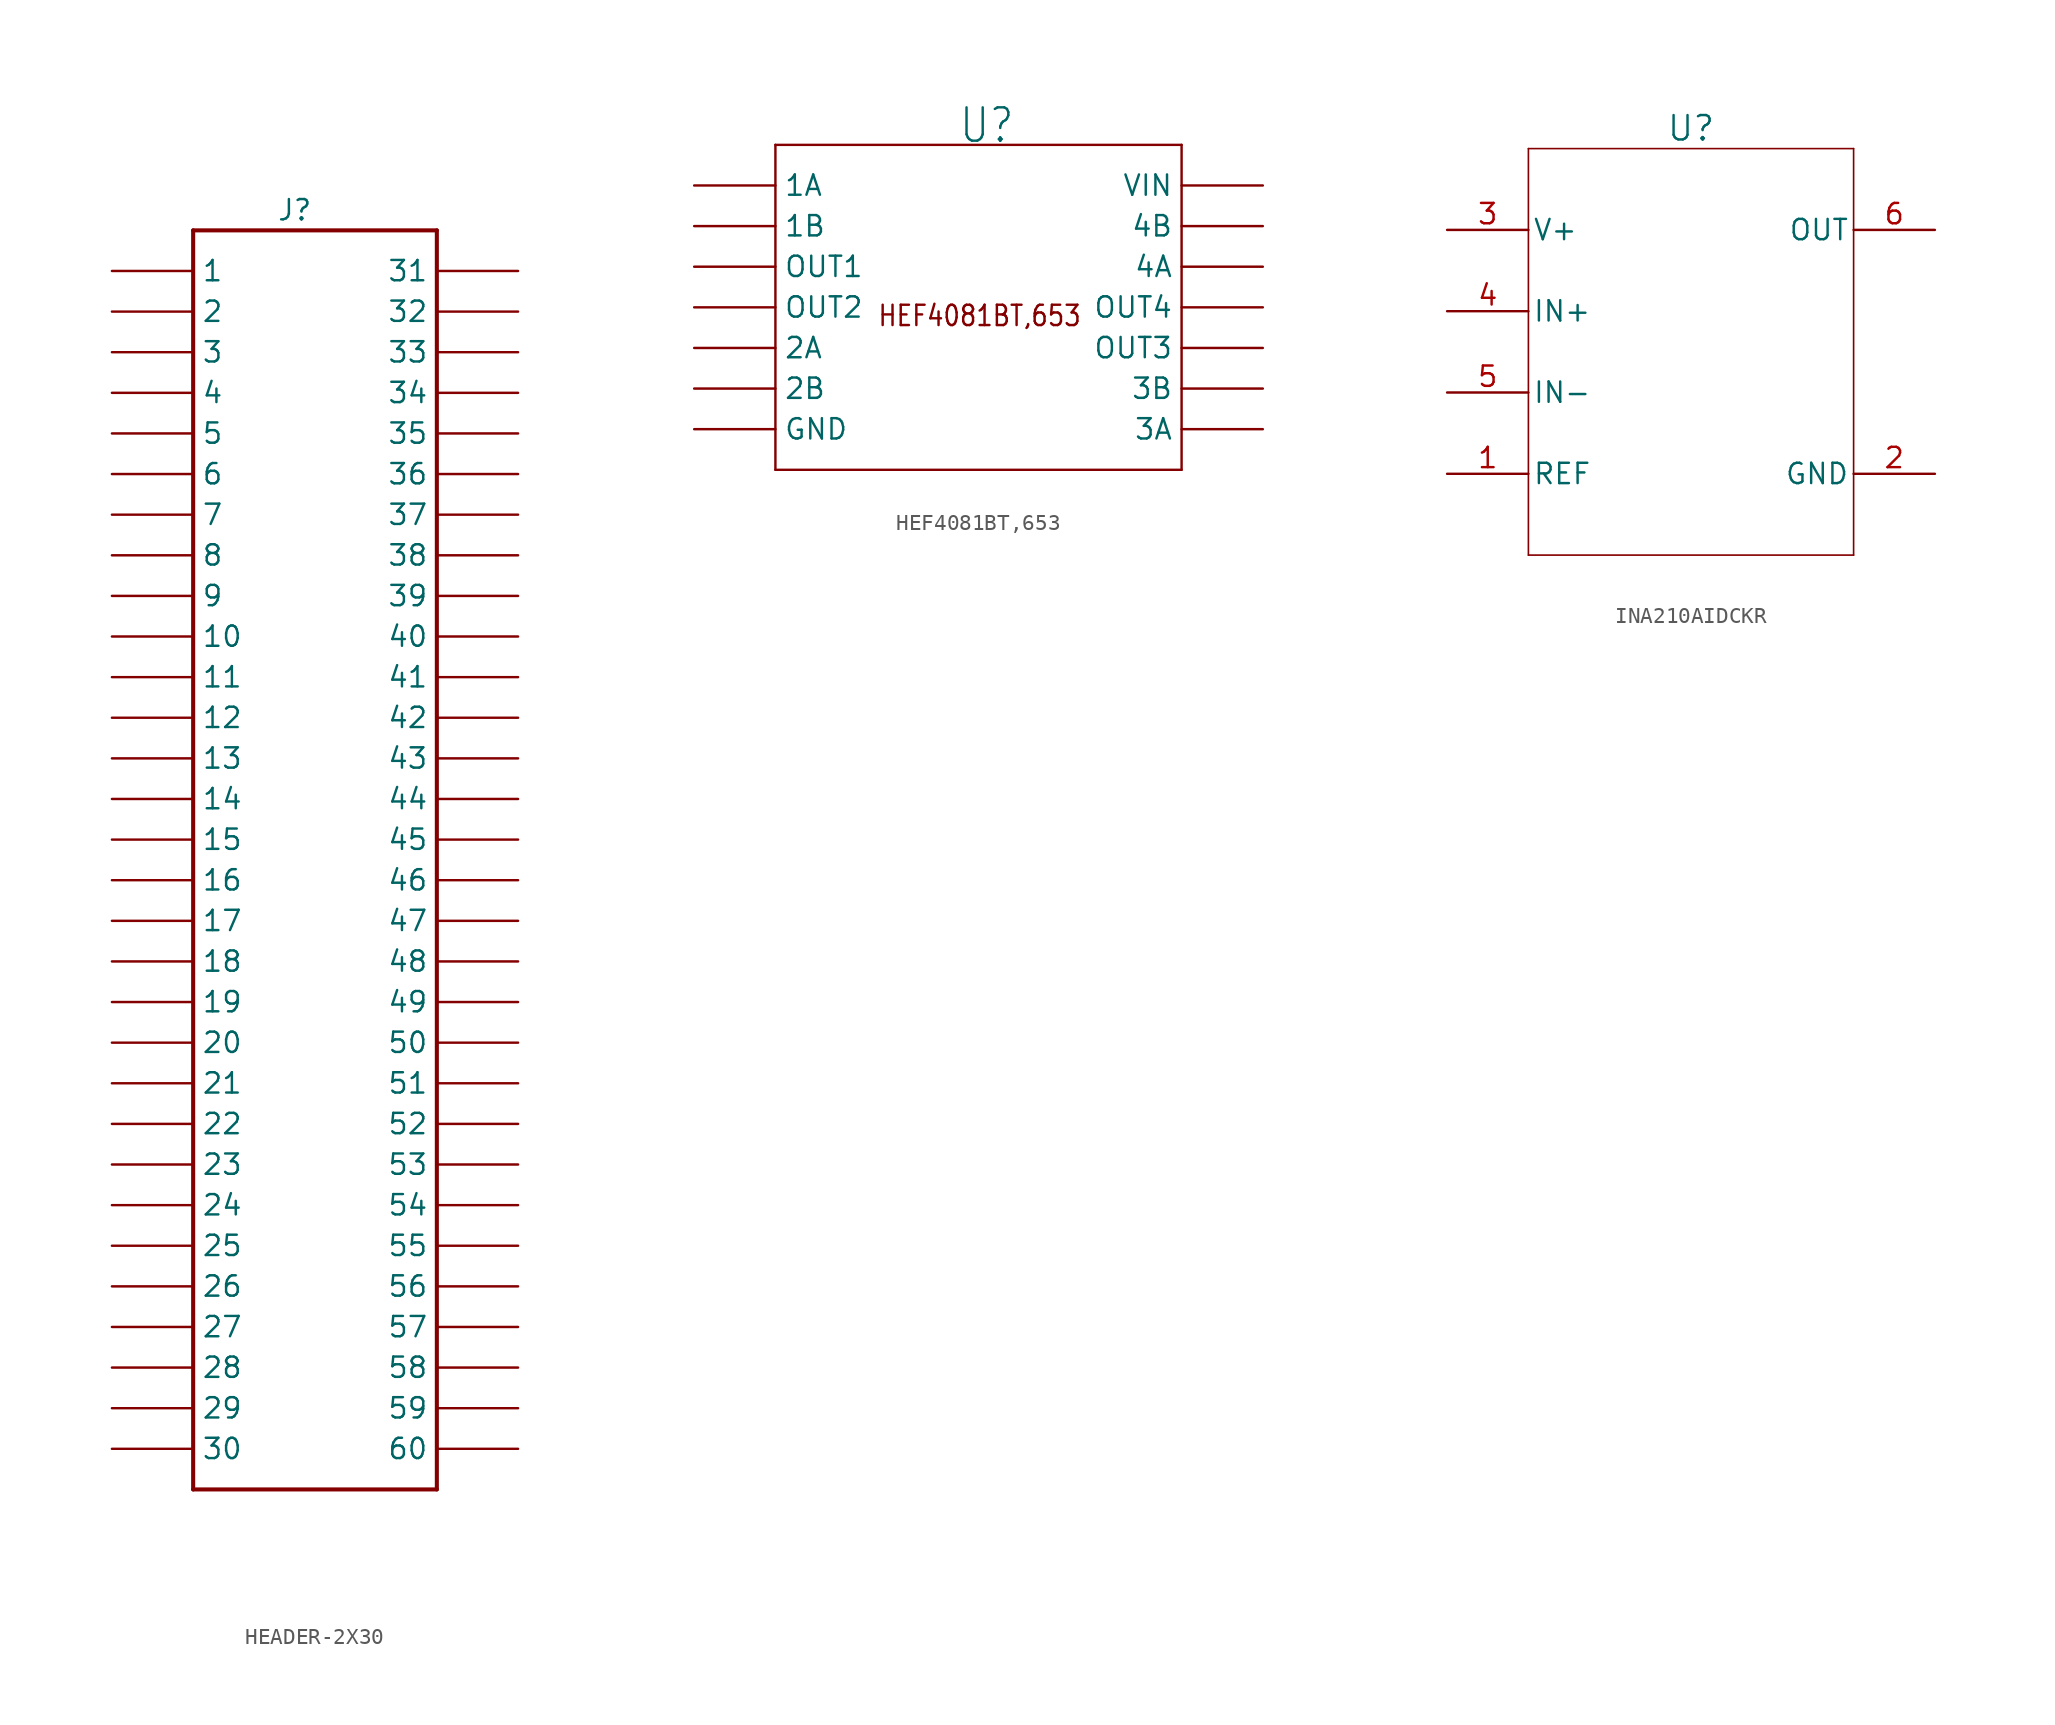
<source format=kicad_sym>
(kicad_symbol_lib
  (version 20220914)
  (generator kicad_symbol_editor)
  (symbol "HEADER-2X30"
    (pin_numbers hide)
    (property "Reference" "J"
      (at -1.27 36.83 0)
      (effects (font (size 1.27 1.27))))
    (symbol "HEADER-2X30_1_0"
      (polyline (pts (xy -7.62 -43.18) (xy -7.62 35.56)) (stroke (width 0.254) (type solid)) (fill (type none)))
      (polyline (pts (xy -7.62 35.56) (xy 7.62 35.56)) (stroke (width 0.254) (type solid)) (fill (type none)))
      (polyline (pts (xy 7.62 -43.18) (xy -7.62 -43.18)) (stroke (width 0.254) (type solid)) (fill (type none)))
      (polyline (pts (xy 7.62 35.56) (xy 7.62 -43.18)) (stroke (width 0.254) (type solid)) (fill (type none)))
      (pin bidirectional line (at -12.7 33.02 0) (length 5.08) (name "1" (effects (font (size 1.27 1.27)))) (number "1" (effects (font (size 1.27 1.27)))))
      (pin bidirectional line (at -12.7 10.16 0) (length 5.08) (name "10" (effects (font (size 1.27 1.27)))) (number "10" (effects (font (size 1.27 1.27)))))
      (pin bidirectional line (at -12.7 7.62 0) (length 5.08) (name "11" (effects (font (size 1.27 1.27)))) (number "11" (effects (font (size 1.27 1.27)))))
      (pin bidirectional line (at -12.7 5.08 0) (length 5.08) (name "12" (effects (font (size 1.27 1.27)))) (number "12" (effects (font (size 1.27 1.27)))))
      (pin bidirectional line (at -12.7 2.54 0) (length 5.08) (name "13" (effects (font (size 1.27 1.27)))) (number "13" (effects (font (size 1.27 1.27)))))
      (pin bidirectional line (at -12.7 0 0) (length 5.08) (name "14" (effects (font (size 1.27 1.27)))) (number "14" (effects (font (size 1.27 1.27)))))
      (pin bidirectional line (at -12.7 -2.54 0) (length 5.08) (name "15" (effects (font (size 1.27 1.27)))) (number "15" (effects (font (size 1.27 1.27)))))
      (pin bidirectional line (at -12.7 -5.08 0) (length 5.08) (name "16" (effects (font (size 1.27 1.27)))) (number "16" (effects (font (size 1.27 1.27)))))
      (pin bidirectional line (at -12.7 -7.62 0) (length 5.08) (name "17" (effects (font (size 1.27 1.27)))) (number "17" (effects (font (size 1.27 1.27)))))
      (pin bidirectional line (at -12.7 -10.16 0) (length 5.08) (name "18" (effects (font (size 1.27 1.27)))) (number "18" (effects (font (size 1.27 1.27)))))
      (pin bidirectional line (at -12.7 -12.7 0) (length 5.08) (name "19" (effects (font (size 1.27 1.27)))) (number "19" (effects (font (size 1.27 1.27)))))
      (pin bidirectional line (at -12.7 30.48 0) (length 5.08) (name "2" (effects (font (size 1.27 1.27)))) (number "2" (effects (font (size 1.27 1.27)))))
      (pin bidirectional line (at -12.7 -15.24 0) (length 5.08) (name "20" (effects (font (size 1.27 1.27)))) (number "20" (effects (font (size 1.27 1.27)))))
      (pin bidirectional line (at -12.7 -17.78 0) (length 5.08) (name "21" (effects (font (size 1.27 1.27)))) (number "21" (effects (font (size 1.27 1.27)))))
      (pin bidirectional line (at -12.7 -20.32 0) (length 5.08) (name "22" (effects (font (size 1.27 1.27)))) (number "22" (effects (font (size 1.27 1.27)))))
      (pin bidirectional line (at -12.7 -22.86 0) (length 5.08) (name "23" (effects (font (size 1.27 1.27)))) (number "23" (effects (font (size 1.27 1.27)))))
      (pin bidirectional line (at -12.7 -25.4 0) (length 5.08) (name "24" (effects (font (size 1.27 1.27)))) (number "24" (effects (font (size 1.27 1.27)))))
      (pin bidirectional line (at -12.7 -27.94 0) (length 5.08) (name "25" (effects (font (size 1.27 1.27)))) (number "25" (effects (font (size 1.27 1.27)))))
      (pin bidirectional line (at -12.7 -30.48 0) (length 5.08) (name "26" (effects (font (size 1.27 1.27)))) (number "26" (effects (font (size 1.27 1.27)))))
      (pin bidirectional line (at -12.7 -33.02 0) (length 5.08) (name "27" (effects (font (size 1.27 1.27)))) (number "27" (effects (font (size 1.27 1.27)))))
      (pin bidirectional line (at -12.7 -35.56 0) (length 5.08) (name "28" (effects (font (size 1.27 1.27)))) (number "28" (effects (font (size 1.27 1.27)))))
      (pin bidirectional line (at -12.7 -38.1 0) (length 5.08) (name "29" (effects (font (size 1.27 1.27)))) (number "29" (effects (font (size 1.27 1.27)))))
      (pin bidirectional line (at -12.7 27.94 0) (length 5.08) (name "3" (effects (font (size 1.27 1.27)))) (number "3" (effects (font (size 1.27 1.27)))))
      (pin bidirectional line (at -12.7 -40.64 0) (length 5.08) (name "30" (effects (font (size 1.27 1.27)))) (number "30" (effects (font (size 1.27 1.27)))))
      (pin bidirectional line (at 12.7 33.02 180) (length 5.08) (name "31" (effects (font (size 1.27 1.27)))) (number "31" (effects (font (size 1.27 1.27)))))
      (pin bidirectional line (at 12.7 30.48 180) (length 5.08) (name "32" (effects (font (size 1.27 1.27)))) (number "32" (effects (font (size 1.27 1.27)))))
      (pin bidirectional line (at 12.7 27.94 180) (length 5.08) (name "33" (effects (font (size 1.27 1.27)))) (number "33" (effects (font (size 1.27 1.27)))))
      (pin bidirectional line (at 12.7 25.4 180) (length 5.08) (name "34" (effects (font (size 1.27 1.27)))) (number "34" (effects (font (size 1.27 1.27)))))
      (pin bidirectional line (at 12.7 22.86 180) (length 5.08) (name "35" (effects (font (size 1.27 1.27)))) (number "35" (effects (font (size 1.27 1.27)))))
      (pin bidirectional line (at 12.7 20.32 180) (length 5.08) (name "36" (effects (font (size 1.27 1.27)))) (number "36" (effects (font (size 1.27 1.27)))))
      (pin bidirectional line (at 12.7 17.78 180) (length 5.08) (name "37" (effects (font (size 1.27 1.27)))) (number "37" (effects (font (size 1.27 1.27)))))
      (pin bidirectional line (at 12.7 15.24 180) (length 5.08) (name "38" (effects (font (size 1.27 1.27)))) (number "38" (effects (font (size 1.27 1.27)))))
      (pin bidirectional line (at 12.7 12.7 180) (length 5.08) (name "39" (effects (font (size 1.27 1.27)))) (number "39" (effects (font (size 1.27 1.27)))))
      (pin bidirectional line (at -12.7 25.4 0) (length 5.08) (name "4" (effects (font (size 1.27 1.27)))) (number "4" (effects (font (size 1.27 1.27)))))
      (pin bidirectional line (at 12.7 10.16 180) (length 5.08) (name "40" (effects (font (size 1.27 1.27)))) (number "40" (effects (font (size 1.27 1.27)))))
      (pin bidirectional line (at 12.7 7.62 180) (length 5.08) (name "41" (effects (font (size 1.27 1.27)))) (number "41" (effects (font (size 1.27 1.27)))))
      (pin bidirectional line (at 12.7 5.08 180) (length 5.08) (name "42" (effects (font (size 1.27 1.27)))) (number "42" (effects (font (size 1.27 1.27)))))
      (pin bidirectional line (at 12.7 2.54 180) (length 5.08) (name "43" (effects (font (size 1.27 1.27)))) (number "43" (effects (font (size 1.27 1.27)))))
      (pin bidirectional line (at 12.7 0 180) (length 5.08) (name "44" (effects (font (size 1.27 1.27)))) (number "44" (effects (font (size 1.27 1.27)))))
      (pin bidirectional line (at 12.7 -2.54 180) (length 5.08) (name "45" (effects (font (size 1.27 1.27)))) (number "45" (effects (font (size 1.27 1.27)))))
      (pin bidirectional line (at 12.7 -5.08 180) (length 5.08) (name "46" (effects (font (size 1.27 1.27)))) (number "46" (effects (font (size 1.27 1.27)))))
      (pin bidirectional line (at 12.7 -7.62 180) (length 5.08) (name "47" (effects (font (size 1.27 1.27)))) (number "47" (effects (font (size 1.27 1.27)))))
      (pin bidirectional line (at 12.7 -10.16 180) (length 5.08) (name "48" (effects (font (size 1.27 1.27)))) (number "48" (effects (font (size 1.27 1.27)))))
      (pin bidirectional line (at 12.7 -12.7 180) (length 5.08) (name "49" (effects (font (size 1.27 1.27)))) (number "49" (effects (font (size 1.27 1.27)))))
      (pin bidirectional line (at -12.7 22.86 0) (length 5.08) (name "5" (effects (font (size 1.27 1.27)))) (number "5" (effects (font (size 1.27 1.27)))))
      (pin bidirectional line (at 12.7 -15.24 180) (length 5.08) (name "50" (effects (font (size 1.27 1.27)))) (number "50" (effects (font (size 1.27 1.27)))))
      (pin bidirectional line (at 12.7 -17.78 180) (length 5.08) (name "51" (effects (font (size 1.27 1.27)))) (number "51" (effects (font (size 1.27 1.27)))))
      (pin bidirectional line (at 12.7 -20.32 180) (length 5.08) (name "52" (effects (font (size 1.27 1.27)))) (number "52" (effects (font (size 1.27 1.27)))))
      (pin bidirectional line (at 12.7 -22.86 180) (length 5.08) (name "53" (effects (font (size 1.27 1.27)))) (number "53" (effects (font (size 1.27 1.27)))))
      (pin bidirectional line (at 12.7 -25.4 180) (length 5.08) (name "54" (effects (font (size 1.27 1.27)))) (number "54" (effects (font (size 1.27 1.27)))))
      (pin bidirectional line (at 12.7 -27.94 180) (length 5.08) (name "55" (effects (font (size 1.27 1.27)))) (number "55" (effects (font (size 1.27 1.27)))))
      (pin bidirectional line (at 12.7 -30.48 180) (length 5.08) (name "56" (effects (font (size 1.27 1.27)))) (number "56" (effects (font (size 1.27 1.27)))))
      (pin bidirectional line (at 12.7 -33.02 180) (length 5.08) (name "57" (effects (font (size 1.27 1.27)))) (number "57" (effects (font (size 1.27 1.27)))))
      (pin bidirectional line (at 12.7 -35.56 180) (length 5.08) (name "58" (effects (font (size 1.27 1.27)))) (number "58" (effects (font (size 1.27 1.27)))))
      (pin bidirectional line (at 12.7 -38.1 180) (length 5.08) (name "59" (effects (font (size 1.27 1.27)))) (number "59" (effects (font (size 1.27 1.27)))))
      (pin bidirectional line (at -12.7 20.32 0) (length 5.08) (name "6" (effects (font (size 1.27 1.27)))) (number "6" (effects (font (size 1.27 1.27)))))
      (pin bidirectional line (at 12.7 -40.64 180) (length 5.08) (name "60" (effects (font (size 1.27 1.27)))) (number "60" (effects (font (size 1.27 1.27)))))
      (pin bidirectional line (at -12.7 17.78 0) (length 5.08) (name "7" (effects (font (size 1.27 1.27)))) (number "7" (effects (font (size 1.27 1.27)))))
      (pin bidirectional line (at -12.7 15.24 0) (length 5.08) (name "8" (effects (font (size 1.27 1.27)))) (number "8" (effects (font (size 1.27 1.27)))))
      (pin bidirectional line (at -12.7 12.7 0) (length 5.08) (name "9" (effects (font (size 1.27 1.27)))) (number "9" (effects (font (size 1.27 1.27)))))))
  (symbol "HEF4081BT,653"
    (pin_numbers hide)
    (property "Reference" "U"
      (at -1.27 10.16 0)
      (effects (font (size 2.083 1.77)) (justify left bottom)))
    (symbol "HEF4081BT,653_1_0"
      (polyline (pts (xy -12.7 -10.16) (xy 12.7 -10.16)) (stroke (width 0.152) (type solid)) (fill (type none)))
      (polyline (pts (xy -12.7 10.16) (xy -12.7 -10.16)) (stroke (width 0.152) (type solid)) (fill (type none)))
      (polyline (pts (xy 12.7 -10.16) (xy 12.7 10.16)) (stroke (width 0.152) (type solid)) (fill (type none)))
      (polyline (pts (xy 12.7 10.16) (xy -12.7 10.16)) (stroke (width 0.152) (type solid)) (fill (type none)))
      (text "HEF4081BT,653" (at -6.35 -1.27 0) (effects (font (size 1.27 1.079)) (justify left bottom)))
      (pin passive line (at -17.78 7.62 0) (length 5.08) (name "1A" (effects (font (size 1.27 1.27)))) (number "1" (effects (font (size 1.27 1.27)))))
      (pin passive line (at 17.78 -2.54 180) (length 5.08) (name "OUT3" (effects (font (size 1.27 1.27)))) (number "10" (effects (font (size 1.27 1.27)))))
      (pin passive line (at 17.78 0 180) (length 5.08) (name "OUT4" (effects (font (size 1.27 1.27)))) (number "11" (effects (font (size 1.27 1.27)))))
      (pin passive line (at 17.78 2.54 180) (length 5.08) (name "4A" (effects (font (size 1.27 1.27)))) (number "12" (effects (font (size 1.27 1.27)))))
      (pin passive line (at 17.78 5.08 180) (length 5.08) (name "4B" (effects (font (size 1.27 1.27)))) (number "13" (effects (font (size 1.27 1.27)))))
      (pin passive line (at 17.78 7.62 180) (length 5.08) (name "VIN" (effects (font (size 1.27 1.27)))) (number "14" (effects (font (size 1.27 1.27)))))
      (pin passive line (at -17.78 5.08 0) (length 5.08) (name "1B" (effects (font (size 1.27 1.27)))) (number "2" (effects (font (size 1.27 1.27)))))
      (pin passive line (at -17.78 2.54 0) (length 5.08) (name "OUT1" (effects (font (size 1.27 1.27)))) (number "3" (effects (font (size 1.27 1.27)))))
      (pin passive line (at -17.78 0 0) (length 5.08) (name "OUT2" (effects (font (size 1.27 1.27)))) (number "4" (effects (font (size 1.27 1.27)))))
      (pin passive line (at -17.78 -2.54 0) (length 5.08) (name "2A" (effects (font (size 1.27 1.27)))) (number "5" (effects (font (size 1.27 1.27)))))
      (pin passive line (at -17.78 -5.08 0) (length 5.08) (name "2B" (effects (font (size 1.27 1.27)))) (number "6" (effects (font (size 1.27 1.27)))))
      (pin passive line (at -17.78 -7.62 0) (length 5.08) (name "GND" (effects (font (size 1.27 1.27)))) (number "7" (effects (font (size 1.27 1.27)))))
      (pin passive line (at 17.78 -7.62 180) (length 5.08) (name "3A" (effects (font (size 1.27 1.27)))) (number "8" (effects (font (size 1.27 1.27)))))
      (pin passive line (at 17.78 -5.08 180) (length 5.08) (name "3B" (effects (font (size 1.27 1.27)))) (number "9" (effects (font (size 1.27 1.27)))))))
  (symbol "INA210AIDCKR"
    (pin_names
      (offset 0.254))
    (property "Reference" "U"
      (at 0 13.97 0)
      (effects (font (size 1.524 1.524))))
    (symbol "INA210AIDCKR_0_1"
      (polyline (pts (xy -10.16 -12.7) (xy 10.16 -12.7)) (stroke (width 0.102) (type default)) (fill (type none)))
      (polyline (pts (xy -10.16 12.7) (xy -10.16 -12.7)) (stroke (width 0.102) (type default)) (fill (type none)))
      (polyline (pts (xy 10.16 -12.7) (xy 10.16 12.7)) (stroke (width 0.102) (type default)) (fill (type none)))
      (polyline (pts (xy 10.16 12.7) (xy -10.16 12.7)) (stroke (width 0.102) (type default)) (fill (type none)))
      (pin passive line (at -15.24 -7.62 0) (length 5.08) (name "REF" (effects (font (size 1.27 1.27)))) (number "1" (effects (font (size 1.27 1.27)))))
      (pin passive line (at 15.24 -7.62 180) (length 5.08) (name "GND" (effects (font (size 1.27 1.27)))) (number "2" (effects (font (size 1.27 1.27)))))
      (pin passive line (at -15.24 7.62 0) (length 5.08) (name "V+" (effects (font (size 1.27 1.27)))) (number "3" (effects (font (size 1.27 1.27)))))
      (pin passive line (at -15.24 2.54 0) (length 5.08) (name "IN+" (effects (font (size 1.27 1.27)))) (number "4" (effects (font (size 1.27 1.27)))))
      (pin passive line (at -15.24 -2.54 0) (length 5.08) (name "IN-" (effects (font (size 1.27 1.27)))) (number "5" (effects (font (size 1.27 1.27)))))
      (pin passive line (at 15.24 7.62 180) (length 5.08) (name "OUT" (effects (font (size 1.27 1.27)))) (number "6" (effects (font (size 1.27 1.27))))))))
</source>
